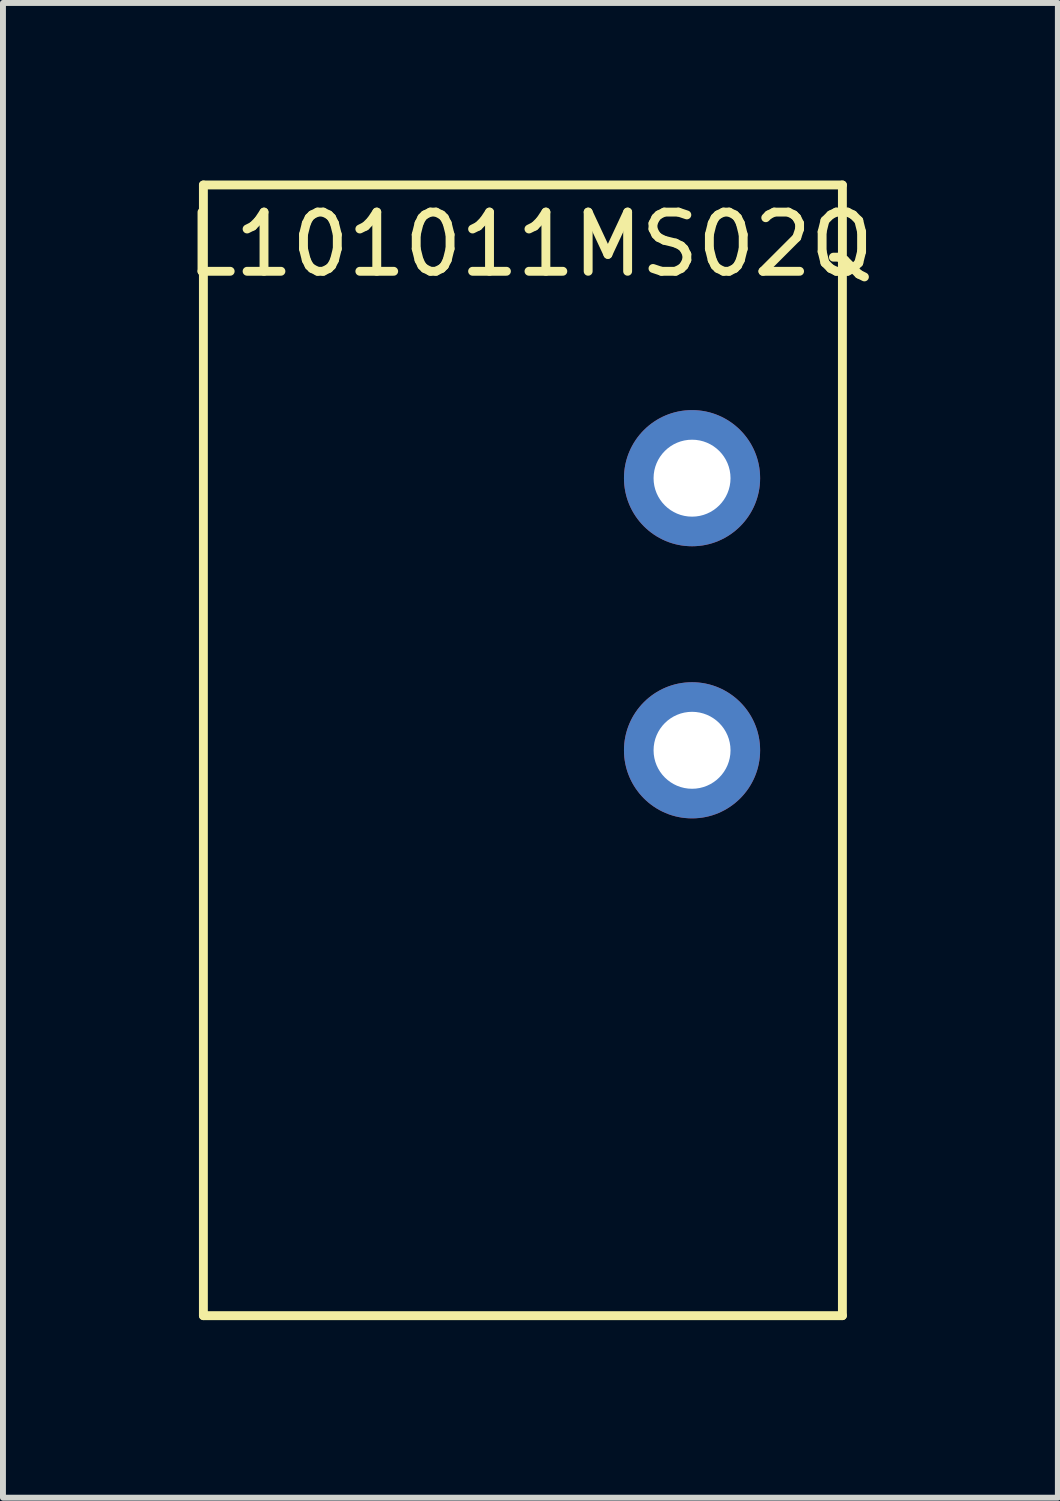
<source format=kicad_pcb>
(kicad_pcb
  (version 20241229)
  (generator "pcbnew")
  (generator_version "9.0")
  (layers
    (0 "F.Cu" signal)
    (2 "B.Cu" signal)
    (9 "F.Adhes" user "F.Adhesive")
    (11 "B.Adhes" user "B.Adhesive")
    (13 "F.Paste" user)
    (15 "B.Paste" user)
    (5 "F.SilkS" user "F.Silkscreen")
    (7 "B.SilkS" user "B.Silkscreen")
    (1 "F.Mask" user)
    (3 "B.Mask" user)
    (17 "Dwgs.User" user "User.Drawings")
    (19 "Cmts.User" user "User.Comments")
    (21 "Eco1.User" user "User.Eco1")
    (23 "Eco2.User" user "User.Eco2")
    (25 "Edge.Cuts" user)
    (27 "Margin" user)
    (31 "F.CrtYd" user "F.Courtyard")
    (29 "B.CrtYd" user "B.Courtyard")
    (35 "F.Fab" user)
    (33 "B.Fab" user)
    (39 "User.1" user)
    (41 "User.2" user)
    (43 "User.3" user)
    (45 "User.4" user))
  (footprint "L101011MS02Q"
    (layer "F.Cu")
    (at 8.641 5.028)
    (property "Reference" "L101011MS02Q" (at -2.731 -3.95 0) (layer "F.SilkS") (effects (font (size 1 1) (thickness 0.15))))
    (attr through_hole)
    (fp_line (start -8.255 -4.953) (end 2.54 -4.953) (stroke (width 0.15) (type solid)) (layer "F.SilkS"))
    (fp_line (start -8.255 14.148) (end -8.255 -4.953) (stroke (width 0.15) (type solid)) (layer "F.SilkS"))
    (fp_line (start 2.54 -4.953) (end 2.54 14.148) (stroke (width 0.15) (type solid)) (layer "F.SilkS"))
    (fp_line (start 2.54 14.148) (end -8.255 14.148) (stroke (width 0.15) (type solid)) (layer "F.SilkS"))
    (pad "1" thru_hole circle (at 0 0) (size 2.3 2.3) (drill 1.3) (layers "*.Cu" "*.Mask"))
    (pad "2" thru_hole circle (at 0 4.597) (size 2.3 2.3) (drill 1.3) (layers "*.Cu" "*.Mask")))
  (gr_rect
    (start -3 -3)
    (end 14.821 22.251)
    (stroke (width 0.1) (type default))
    (fill no)
    (layer "Edge.Cuts")))
</source>
